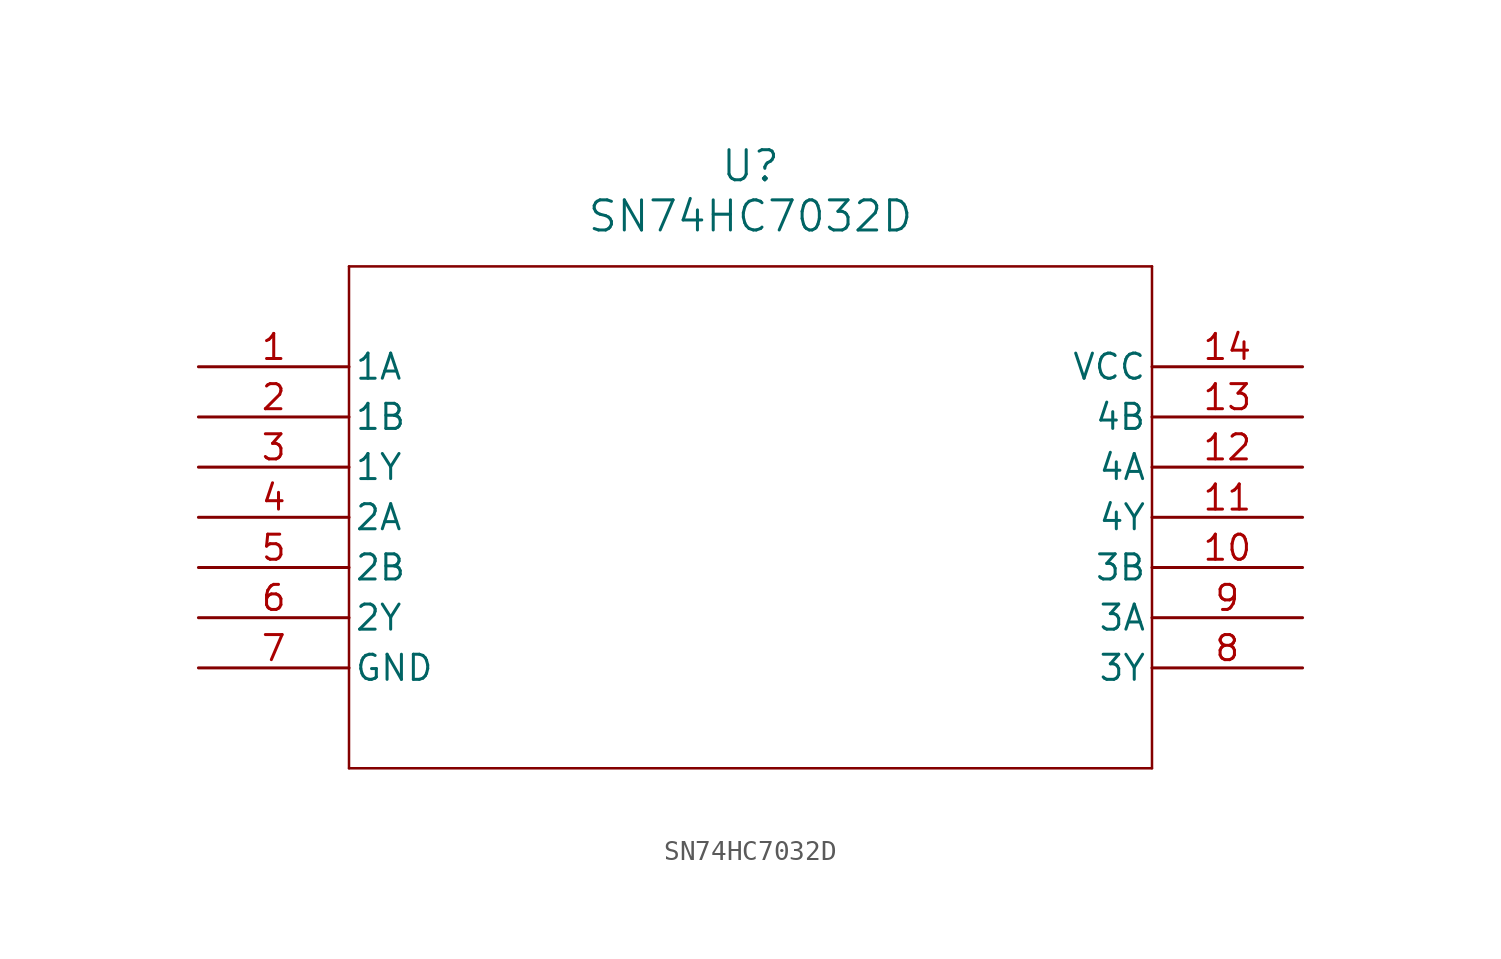
<source format=kicad_sym>
(kicad_symbol_lib
  (version 20211014)
  (generator kicad_symbol_editor)
  (symbol "SN74HC7032D"
    (pin_names
      (offset 0.254))
    (property "Reference" "U"
      (at 27.94 10.16 0)
      (effects (font (size 1.524 1.524))))
    (property "Value" "SN74HC7032D"
      (at 27.94 7.62 0)
      (effects (font (size 1.524 1.524))))
    (polyline
      (pts (xy 7.62 5.08) (xy 7.62 -20.32))
      (stroke (width 0.127) (type default) (color 0 0 0 0))
      (fill (type none)))
    (polyline
      (pts (xy 7.62 -20.32) (xy 48.26 -20.32))
      (stroke (width 0.127) (type default) (color 0 0 0 0))
      (fill (type none)))
    (polyline
      (pts (xy 48.26 -20.32) (xy 48.26 5.08))
      (stroke (width 0.127) (type default) (color 0 0 0 0))
      (fill (type none)))
    (polyline
      (pts (xy 48.26 5.08) (xy 7.62 5.08))
      (stroke (width 0.127) (type default) (color 0 0 0 0))
      (fill (type none)))
    (pin input line
      (at 0 0 0)
      (length 7.62)
      (name "1A" (effects (font (size 1.27 1.27))))
      (number "1" (effects (font (size 1.27 1.27)))))
    (pin input line
      (at 0 -2.54 0)
      (length 7.62)
      (name "1B" (effects (font (size 1.27 1.27))))
      (number "2" (effects (font (size 1.27 1.27)))))
    (pin output line
      (at 0 -5.08 0)
      (length 7.62)
      (name "1Y" (effects (font (size 1.27 1.27))))
      (number "3" (effects (font (size 1.27 1.27)))))
    (pin input line
      (at 0 -7.62 0)
      (length 7.62)
      (name "2A" (effects (font (size 1.27 1.27))))
      (number "4" (effects (font (size 1.27 1.27)))))
    (pin input line
      (at 0 -10.16 0)
      (length 7.62)
      (name "2B" (effects (font (size 1.27 1.27))))
      (number "5" (effects (font (size 1.27 1.27)))))
    (pin output line
      (at 0 -12.7 0)
      (length 7.62)
      (name "2Y" (effects (font (size 1.27 1.27))))
      (number "6" (effects (font (size 1.27 1.27)))))
    (pin power_in line
      (at 0 -15.24 0)
      (length 7.62)
      (name "GND" (effects (font (size 1.27 1.27))))
      (number "7" (effects (font (size 1.27 1.27)))))
    (pin output line
      (at 55.88 -15.24 180)
      (length 7.62)
      (name "3Y" (effects (font (size 1.27 1.27))))
      (number "8" (effects (font (size 1.27 1.27)))))
    (pin input line
      (at 55.88 -12.7 180)
      (length 7.62)
      (name "3A" (effects (font (size 1.27 1.27))))
      (number "9" (effects (font (size 1.27 1.27)))))
    (pin input line
      (at 55.88 -10.16 180)
      (length 7.62)
      (name "3B" (effects (font (size 1.27 1.27))))
      (number "10" (effects (font (size 1.27 1.27)))))
    (pin output line
      (at 55.88 -7.62 180)
      (length 7.62)
      (name "4Y" (effects (font (size 1.27 1.27))))
      (number "11" (effects (font (size 1.27 1.27)))))
    (pin input line
      (at 55.88 -5.08 180)
      (length 7.62)
      (name "4A" (effects (font (size 1.27 1.27))))
      (number "12" (effects (font (size 1.27 1.27)))))
    (pin input line
      (at 55.88 -2.54 180)
      (length 7.62)
      (name "4B" (effects (font (size 1.27 1.27))))
      (number "13" (effects (font (size 1.27 1.27)))))
    (pin power_in line
      (at 55.88 0 180)
      (length 7.62)
      (name "VCC" (effects (font (size 1.27 1.27))))
      (number "14" (effects (font (size 1.27 1.27)))))))
</source>
